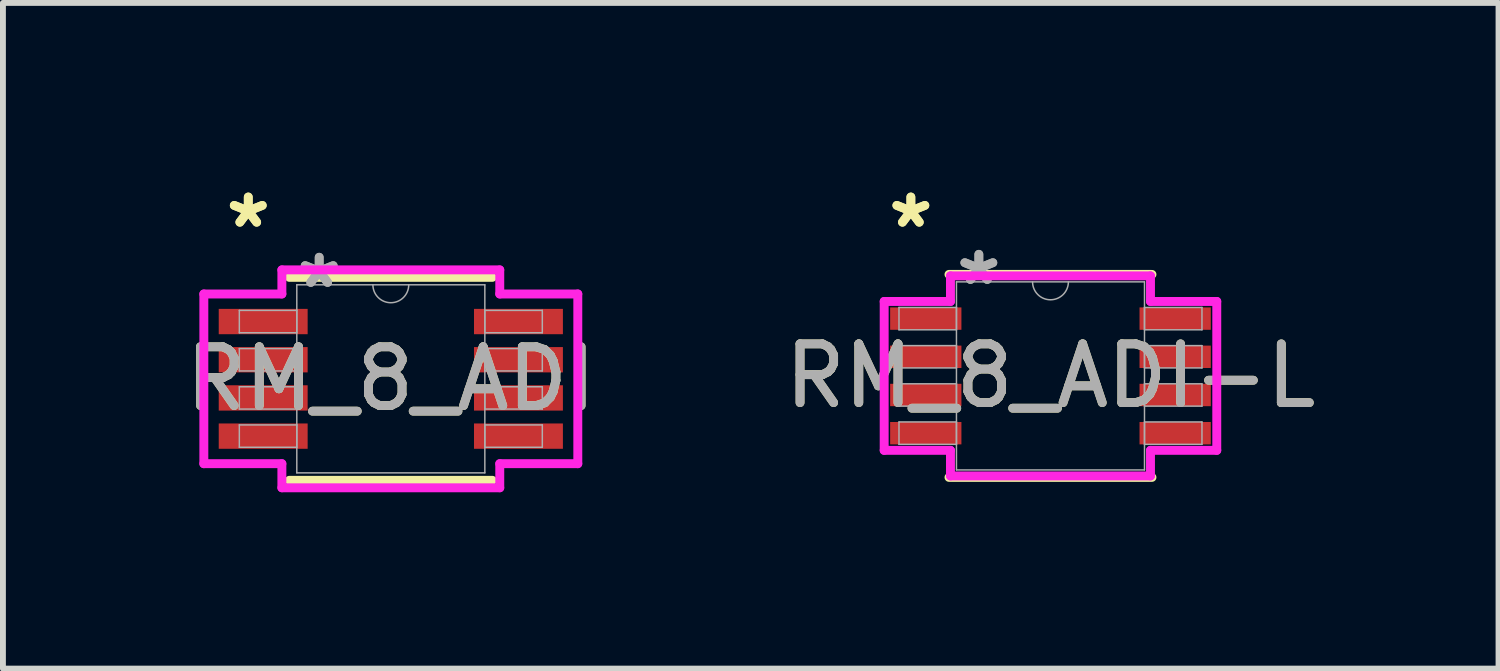
<source format=kicad_pcb>
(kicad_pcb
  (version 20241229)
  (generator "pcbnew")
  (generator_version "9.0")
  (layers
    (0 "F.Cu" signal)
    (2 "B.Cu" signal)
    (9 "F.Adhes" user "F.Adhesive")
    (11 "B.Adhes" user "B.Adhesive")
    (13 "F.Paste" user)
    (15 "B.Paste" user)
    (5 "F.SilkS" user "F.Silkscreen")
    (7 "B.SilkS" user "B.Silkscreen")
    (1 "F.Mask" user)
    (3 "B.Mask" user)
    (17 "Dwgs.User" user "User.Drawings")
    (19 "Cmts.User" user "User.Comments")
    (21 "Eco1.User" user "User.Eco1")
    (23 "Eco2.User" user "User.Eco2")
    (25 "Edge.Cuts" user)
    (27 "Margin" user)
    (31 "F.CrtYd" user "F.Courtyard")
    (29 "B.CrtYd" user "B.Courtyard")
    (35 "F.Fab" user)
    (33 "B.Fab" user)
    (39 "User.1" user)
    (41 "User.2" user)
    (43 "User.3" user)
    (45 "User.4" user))
  (footprint "RM_8_ADI-L"
    (layer "F.Cu")
    (at 14.827 3.347)
    (property "Reference" "RM_8_ADI-L" (at 0 0 0) (unlocked yes) (layer "F.SilkS") (effects (font (size 1 1) (thickness 0.15))))
    (attr smd)
    (fp_line (start -1.727 1.727) (end 1.727 1.727) (stroke (width 0.152) (type solid)) (layer "F.SilkS"))
    (fp_line (start 1.727 -1.727) (end -1.727 -1.727) (stroke (width 0.152) (type solid)) (layer "F.SilkS"))
    (fp_line (start -2.83 -1.267) (end -1.702 -1.267) (stroke (width 0.152) (type solid)) (layer "F.CrtYd"))
    (fp_line (start -2.83 1.267) (end -2.83 -1.267) (stroke (width 0.152) (type solid)) (layer "F.CrtYd"))
    (fp_line (start -2.83 1.267) (end -1.702 1.267) (stroke (width 0.152) (type solid)) (layer "F.CrtYd"))
    (fp_line (start -1.702 -1.702) (end 1.702 -1.702) (stroke (width 0.152) (type solid)) (layer "F.CrtYd"))
    (fp_line (start -1.702 -1.267) (end -1.702 -1.702) (stroke (width 0.152) (type solid)) (layer "F.CrtYd"))
    (fp_line (start -1.702 1.702) (end -1.702 1.267) (stroke (width 0.152) (type solid)) (layer "F.CrtYd"))
    (fp_line (start 1.702 -1.702) (end 1.702 -1.267) (stroke (width 0.152) (type solid)) (layer "F.CrtYd"))
    (fp_line (start 1.702 1.267) (end 1.702 1.702) (stroke (width 0.152) (type solid)) (layer "F.CrtYd"))
    (fp_line (start 1.702 1.702) (end -1.702 1.702) (stroke (width 0.152) (type solid)) (layer "F.CrtYd"))
    (fp_line (start 2.83 -1.267) (end 1.702 -1.267) (stroke (width 0.152) (type solid)) (layer "F.CrtYd"))
    (fp_line (start 2.83 -1.267) (end 2.83 1.267) (stroke (width 0.152) (type solid)) (layer "F.CrtYd"))
    (fp_line (start 2.83 1.267) (end 1.702 1.267) (stroke (width 0.152) (type solid)) (layer "F.CrtYd"))
    (fp_line (start -2.578 -1.165) (end -2.578 -0.784) (stroke (width 0.025) (type solid)) (layer "F.Fab"))
    (fp_line (start -2.578 -0.784) (end -1.6 -0.784) (stroke (width 0.025) (type solid)) (layer "F.Fab"))
    (fp_line (start -2.578 -0.515) (end -2.578 -0.135) (stroke (width 0.025) (type solid)) (layer "F.Fab"))
    (fp_line (start -2.578 -0.135) (end -1.6 -0.135) (stroke (width 0.025) (type solid)) (layer "F.Fab"))
    (fp_line (start -2.578 0.135) (end -2.578 0.515) (stroke (width 0.025) (type solid)) (layer "F.Fab"))
    (fp_line (start -2.578 0.515) (end -1.6 0.515) (stroke (width 0.025) (type solid)) (layer "F.Fab"))
    (fp_line (start -2.578 0.784) (end -2.578 1.165) (stroke (width 0.025) (type solid)) (layer "F.Fab"))
    (fp_line (start -2.578 1.165) (end -1.6 1.165) (stroke (width 0.025) (type solid)) (layer "F.Fab"))
    (fp_line (start -1.6 -1.6) (end -1.6 1.6) (stroke (width 0.025) (type solid)) (layer "F.Fab"))
    (fp_line (start -1.6 -1.165) (end -2.578 -1.165) (stroke (width 0.025) (type solid)) (layer "F.Fab"))
    (fp_line (start -1.6 -0.784) (end -1.6 -1.165) (stroke (width 0.025) (type solid)) (layer "F.Fab"))
    (fp_line (start -1.6 -0.515) (end -2.578 -0.515) (stroke (width 0.025) (type solid)) (layer "F.Fab"))
    (fp_line (start -1.6 -0.135) (end -1.6 -0.515) (stroke (width 0.025) (type solid)) (layer "F.Fab"))
    (fp_line (start -1.6 0.135) (end -2.578 0.135) (stroke (width 0.025) (type solid)) (layer "F.Fab"))
    (fp_line (start -1.6 0.515) (end -1.6 0.135) (stroke (width 0.025) (type solid)) (layer "F.Fab"))
    (fp_line (start -1.6 0.784) (end -2.578 0.784) (stroke (width 0.025) (type solid)) (layer "F.Fab"))
    (fp_line (start -1.6 1.165) (end -1.6 0.784) (stroke (width 0.025) (type solid)) (layer "F.Fab"))
    (fp_line (start -1.6 1.6) (end 1.6 1.6) (stroke (width 0.025) (type solid)) (layer "F.Fab"))
    (fp_line (start 1.6 -1.6) (end -1.6 -1.6) (stroke (width 0.025) (type solid)) (layer "F.Fab"))
    (fp_line (start 1.6 -1.165) (end 1.6 -0.784) (stroke (width 0.025) (type solid)) (layer "F.Fab"))
    (fp_line (start 1.6 -0.784) (end 2.578 -0.784) (stroke (width 0.025) (type solid)) (layer "F.Fab"))
    (fp_line (start 1.6 -0.515) (end 1.6 -0.135) (stroke (width 0.025) (type solid)) (layer "F.Fab"))
    (fp_line (start 1.6 -0.135) (end 2.578 -0.135) (stroke (width 0.025) (type solid)) (layer "F.Fab"))
    (fp_line (start 1.6 0.135) (end 1.6 0.515) (stroke (width 0.025) (type solid)) (layer "F.Fab"))
    (fp_line (start 1.6 0.515) (end 2.578 0.515) (stroke (width 0.025) (type solid)) (layer "F.Fab"))
    (fp_line (start 1.6 0.784) (end 1.6 1.165) (stroke (width 0.025) (type solid)) (layer "F.Fab"))
    (fp_line (start 1.6 1.165) (end 2.578 1.165) (stroke (width 0.025) (type solid)) (layer "F.Fab"))
    (fp_line (start 1.6 1.6) (end 1.6 -1.6) (stroke (width 0.025) (type solid)) (layer "F.Fab"))
    (fp_line (start 2.578 -1.165) (end 1.6 -1.165) (stroke (width 0.025) (type solid)) (layer "F.Fab"))
    (fp_line (start 2.578 -0.784) (end 2.578 -1.165) (stroke (width 0.025) (type solid)) (layer "F.Fab"))
    (fp_line (start 2.578 -0.515) (end 1.6 -0.515) (stroke (width 0.025) (type solid)) (layer "F.Fab"))
    (fp_line (start 2.578 -0.135) (end 2.578 -0.515) (stroke (width 0.025) (type solid)) (layer "F.Fab"))
    (fp_line (start 2.578 0.135) (end 1.6 0.135) (stroke (width 0.025) (type solid)) (layer "F.Fab"))
    (fp_line (start 2.578 0.515) (end 2.578 0.135) (stroke (width 0.025) (type solid)) (layer "F.Fab"))
    (fp_line (start 2.578 0.784) (end 1.6 0.784) (stroke (width 0.025) (type solid)) (layer "F.Fab"))
    (fp_line (start 2.578 1.165) (end 2.578 0.784) (stroke (width 0.025) (type solid)) (layer "F.Fab"))
    (fp_arc (start 0.3048 -1.6002) (mid 0 -1.2954) (end -0.3048 -1.6002) (stroke (width 0.0254) (type solid)) (layer "F.Fab"))
    (fp_text user "*" (at -2.376 -2.499 0) (unlocked yes) (layer "F.SilkS") (effects (font (size 1 1) (thickness 0.15))))
    (fp_text user "*" (at -2.376 -2.499 0) (layer "F.SilkS") (effects (font (size 1 1) (thickness 0.15))))
    (fp_text user "*" (at -1.219 -1.524 0) (layer "F.Fab") (effects (font (size 1 1) (thickness 0.15))))
    (fp_text user "*" (at -1.219 -1.524 0) (unlocked yes) (layer "F.Fab") (effects (font (size 1 1) (thickness 0.15))))
    (fp_text user "${REFERENCE}" (at 0 0 0) (unlocked yes) (layer "F.Fab") (effects (font (size 1 1) (thickness 0.15))))
    (pad "1" smd rect (at -2.122 -0.975) (size 1.213 0.381) (layers "F.Cu" "F.Mask" "F.Paste"))
    (pad "2" smd rect (at -2.122 -0.325) (size 1.213 0.381) (layers "F.Cu" "F.Mask" "F.Paste"))
    (pad "3" smd rect (at -2.122 0.325) (size 1.213 0.381) (layers "F.Cu" "F.Mask" "F.Paste"))
    (pad "4" smd rect (at -2.122 0.975) (size 1.213 0.381) (layers "F.Cu" "F.Mask" "F.Paste"))
    (pad "5" smd rect (at 2.122 0.975) (size 1.213 0.381) (layers "F.Cu" "F.Mask" "F.Paste"))
    (pad "6" smd rect (at 2.122 0.325) (size 1.213 0.381) (layers "F.Cu" "F.Mask" "F.Paste"))
    (pad "7" smd rect (at 2.122 -0.325) (size 1.213 0.381) (layers "F.Cu" "F.Mask" "F.Paste"))
    (pad "8" smd rect (at 2.122 -0.975) (size 1.213 0.381) (layers "F.Cu" "F.Mask" "F.Paste")))
  (footprint "RM_8_ADI"
    (layer "F.Cu")
    (at 3.601 3.397)
    (property "Reference" "RM_8_ADI" (at 0 0 0) (unlocked yes) (layer "F.SilkS") (effects (font (size 1 1) (thickness 0.15))))
    (attr smd)
    (fp_line (start -1.727 1.727) (end 1.727 1.727) (stroke (width 0.152) (type solid)) (layer "F.SilkS"))
    (fp_line (start 1.727 -1.727) (end -1.727 -1.727) (stroke (width 0.152) (type solid)) (layer "F.SilkS"))
    (fp_line (start -3.182 -1.444) (end -1.854 -1.444) (stroke (width 0.152) (type solid)) (layer "F.CrtYd"))
    (fp_line (start -3.182 1.444) (end -3.182 -1.444) (stroke (width 0.152) (type solid)) (layer "F.CrtYd"))
    (fp_line (start -3.182 1.444) (end -1.854 1.444) (stroke (width 0.152) (type solid)) (layer "F.CrtYd"))
    (fp_line (start -1.854 -1.854) (end 1.854 -1.854) (stroke (width 0.152) (type solid)) (layer "F.CrtYd"))
    (fp_line (start -1.854 -1.444) (end -1.854 -1.854) (stroke (width 0.152) (type solid)) (layer "F.CrtYd"))
    (fp_line (start -1.854 1.854) (end -1.854 1.444) (stroke (width 0.152) (type solid)) (layer "F.CrtYd"))
    (fp_line (start 1.854 -1.854) (end 1.854 -1.444) (stroke (width 0.152) (type solid)) (layer "F.CrtYd"))
    (fp_line (start 1.854 1.444) (end 1.854 1.854) (stroke (width 0.152) (type solid)) (layer "F.CrtYd"))
    (fp_line (start 1.854 1.854) (end -1.854 1.854) (stroke (width 0.152) (type solid)) (layer "F.CrtYd"))
    (fp_line (start 3.182 -1.444) (end 1.854 -1.444) (stroke (width 0.152) (type solid)) (layer "F.CrtYd"))
    (fp_line (start 3.182 -1.444) (end 3.182 1.444) (stroke (width 0.152) (type solid)) (layer "F.CrtYd"))
    (fp_line (start 3.182 1.444) (end 1.854 1.444) (stroke (width 0.152) (type solid)) (layer "F.CrtYd"))
    (fp_line (start -2.578 -1.165) (end -2.578 -0.784) (stroke (width 0.025) (type solid)) (layer "F.Fab"))
    (fp_line (start -2.578 -0.784) (end -1.6 -0.784) (stroke (width 0.025) (type solid)) (layer "F.Fab"))
    (fp_line (start -2.578 -0.515) (end -2.578 -0.135) (stroke (width 0.025) (type solid)) (layer "F.Fab"))
    (fp_line (start -2.578 -0.135) (end -1.6 -0.135) (stroke (width 0.025) (type solid)) (layer "F.Fab"))
    (fp_line (start -2.578 0.135) (end -2.578 0.515) (stroke (width 0.025) (type solid)) (layer "F.Fab"))
    (fp_line (start -2.578 0.515) (end -1.6 0.515) (stroke (width 0.025) (type solid)) (layer "F.Fab"))
    (fp_line (start -2.578 0.784) (end -2.578 1.165) (stroke (width 0.025) (type solid)) (layer "F.Fab"))
    (fp_line (start -2.578 1.165) (end -1.6 1.165) (stroke (width 0.025) (type solid)) (layer "F.Fab"))
    (fp_line (start -1.6 -1.6) (end -1.6 1.6) (stroke (width 0.025) (type solid)) (layer "F.Fab"))
    (fp_line (start -1.6 -1.165) (end -2.578 -1.165) (stroke (width 0.025) (type solid)) (layer "F.Fab"))
    (fp_line (start -1.6 -0.784) (end -1.6 -1.165) (stroke (width 0.025) (type solid)) (layer "F.Fab"))
    (fp_line (start -1.6 -0.515) (end -2.578 -0.515) (stroke (width 0.025) (type solid)) (layer "F.Fab"))
    (fp_line (start -1.6 -0.135) (end -1.6 -0.515) (stroke (width 0.025) (type solid)) (layer "F.Fab"))
    (fp_line (start -1.6 0.135) (end -2.578 0.135) (stroke (width 0.025) (type solid)) (layer "F.Fab"))
    (fp_line (start -1.6 0.515) (end -1.6 0.135) (stroke (width 0.025) (type solid)) (layer "F.Fab"))
    (fp_line (start -1.6 0.784) (end -2.578 0.784) (stroke (width 0.025) (type solid)) (layer "F.Fab"))
    (fp_line (start -1.6 1.165) (end -1.6 0.784) (stroke (width 0.025) (type solid)) (layer "F.Fab"))
    (fp_line (start -1.6 1.6) (end 1.6 1.6) (stroke (width 0.025) (type solid)) (layer "F.Fab"))
    (fp_line (start 1.6 -1.6) (end -1.6 -1.6) (stroke (width 0.025) (type solid)) (layer "F.Fab"))
    (fp_line (start 1.6 -1.165) (end 1.6 -0.784) (stroke (width 0.025) (type solid)) (layer "F.Fab"))
    (fp_line (start 1.6 -0.784) (end 2.578 -0.784) (stroke (width 0.025) (type solid)) (layer "F.Fab"))
    (fp_line (start 1.6 -0.515) (end 1.6 -0.135) (stroke (width 0.025) (type solid)) (layer "F.Fab"))
    (fp_line (start 1.6 -0.135) (end 2.578 -0.135) (stroke (width 0.025) (type solid)) (layer "F.Fab"))
    (fp_line (start 1.6 0.135) (end 1.6 0.515) (stroke (width 0.025) (type solid)) (layer "F.Fab"))
    (fp_line (start 1.6 0.515) (end 2.578 0.515) (stroke (width 0.025) (type solid)) (layer "F.Fab"))
    (fp_line (start 1.6 0.784) (end 1.6 1.165) (stroke (width 0.025) (type solid)) (layer "F.Fab"))
    (fp_line (start 1.6 1.165) (end 2.578 1.165) (stroke (width 0.025) (type solid)) (layer "F.Fab"))
    (fp_line (start 1.6 1.6) (end 1.6 -1.6) (stroke (width 0.025) (type solid)) (layer "F.Fab"))
    (fp_line (start 2.578 -1.165) (end 1.6 -1.165) (stroke (width 0.025) (type solid)) (layer "F.Fab"))
    (fp_line (start 2.578 -0.784) (end 2.578 -1.165) (stroke (width 0.025) (type solid)) (layer "F.Fab"))
    (fp_line (start 2.578 -0.515) (end 1.6 -0.515) (stroke (width 0.025) (type solid)) (layer "F.Fab"))
    (fp_line (start 2.578 -0.135) (end 2.578 -0.515) (stroke (width 0.025) (type solid)) (layer "F.Fab"))
    (fp_line (start 2.578 0.135) (end 1.6 0.135) (stroke (width 0.025) (type solid)) (layer "F.Fab"))
    (fp_line (start 2.578 0.515) (end 2.578 0.135) (stroke (width 0.025) (type solid)) (layer "F.Fab"))
    (fp_line (start 2.578 0.784) (end 1.6 0.784) (stroke (width 0.025) (type solid)) (layer "F.Fab"))
    (fp_line (start 2.578 1.165) (end 2.578 0.784) (stroke (width 0.025) (type solid)) (layer "F.Fab"))
    (fp_arc (start 0.3048 -1.6002) (mid 0 -1.2954) (end -0.3048 -1.6002) (stroke (width 0.0254) (type solid)) (layer "F.Fab"))
    (fp_text user "*" (at -2.426 -2.549 0) (layer "F.SilkS") (effects (font (size 1 1) (thickness 0.15))))
    (fp_text user "*" (at -2.426 -2.549 0) (unlocked yes) (layer "F.SilkS") (effects (font (size 1 1) (thickness 0.15))))
    (fp_text user "*" (at -1.219 -1.524 0) (unlocked yes) (layer "F.Fab") (effects (font (size 1 1) (thickness 0.15))))
    (fp_text user "${REFERENCE}" (at 0 0 0) (unlocked yes) (layer "F.Fab") (effects (font (size 1 1) (thickness 0.15))))
    (fp_text user "*" (at -1.219 -1.524 0) (layer "F.Fab") (effects (font (size 1 1) (thickness 0.15))))
    (pad "1" smd rect (at -2.172 -0.975) (size 1.513 0.431) (layers "F.Cu" "F.Mask" "F.Paste"))
    (pad "2" smd rect (at -2.172 -0.325) (size 1.513 0.431) (layers "F.Cu" "F.Mask" "F.Paste"))
    (pad "3" smd rect (at -2.172 0.325) (size 1.513 0.431) (layers "F.Cu" "F.Mask" "F.Paste"))
    (pad "4" smd rect (at -2.172 0.975) (size 1.513 0.431) (layers "F.Cu" "F.Mask" "F.Paste"))
    (pad "5" smd rect (at 2.172 0.975) (size 1.513 0.431) (layers "F.Cu" "F.Mask" "F.Paste"))
    (pad "6" smd rect (at 2.172 0.325) (size 1.513 0.431) (layers "F.Cu" "F.Mask" "F.Paste"))
    (pad "7" smd rect (at 2.172 -0.325) (size 1.513 0.431) (layers "F.Cu" "F.Mask" "F.Paste"))
    (pad "8" smd rect (at 2.172 -0.975) (size 1.513 0.431) (layers "F.Cu" "F.Mask" "F.Paste")))
  (gr_rect
    (start -3 -3)
    (end 22.452 8.328)
    (stroke (width 0.1) (type default))
    (fill no)
    (layer "Edge.Cuts")))
</source>
